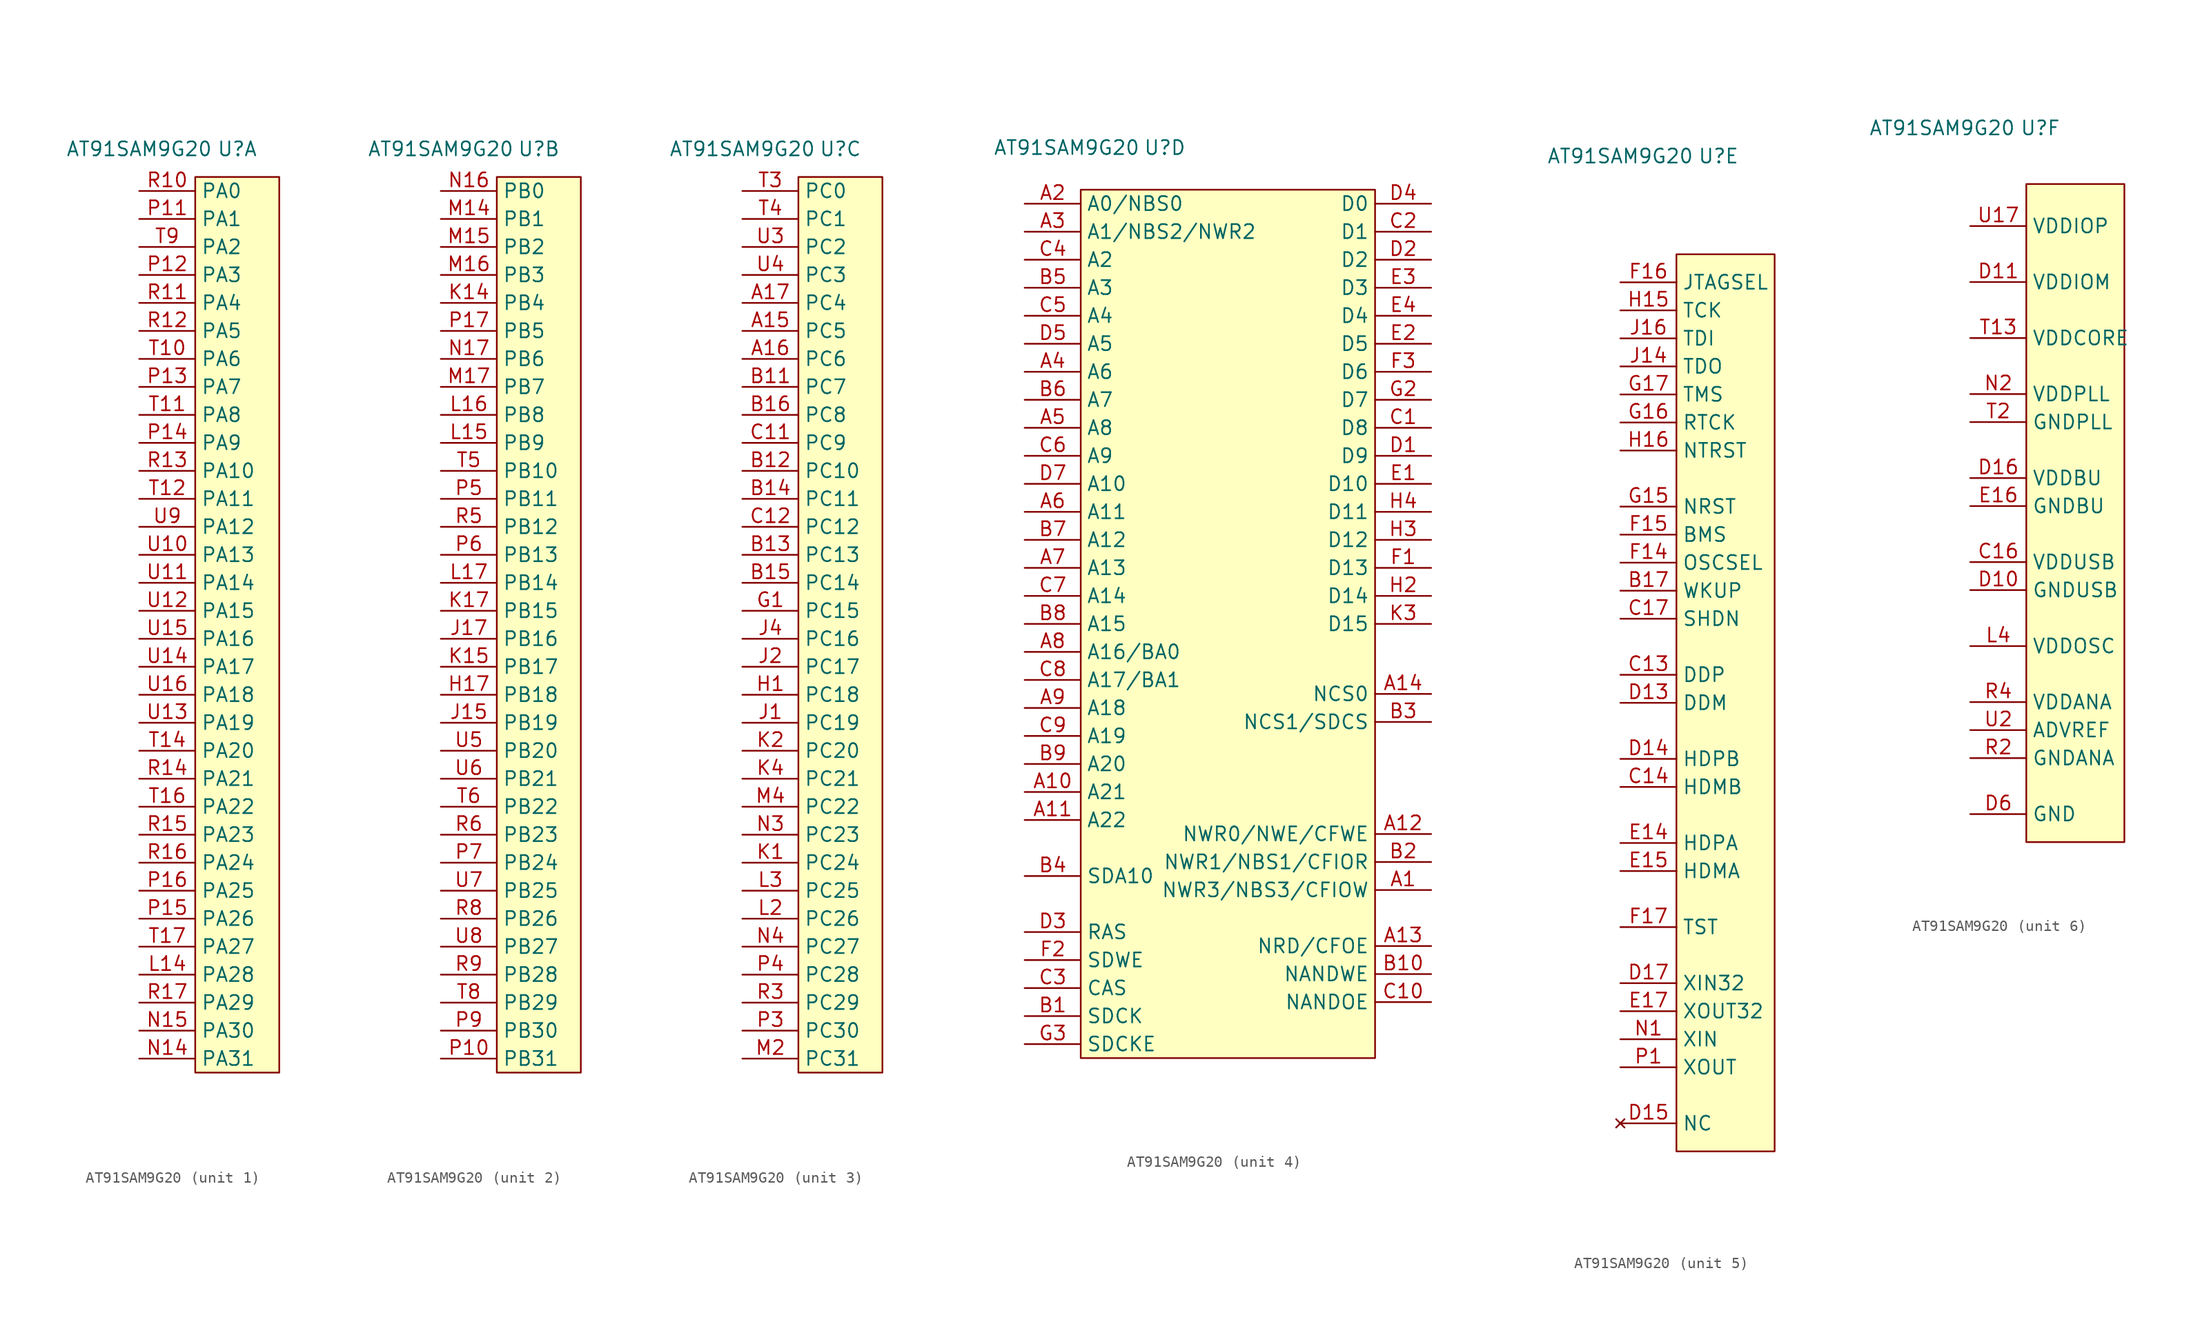
<source format=kicad_sym>
(kicad_symbol_lib
  (version 20211014)
  (generator kicad_symbol_editor)
  (symbol "AT91SAM9G20"
    (property "Reference" "U"
      (at 0 43.18 0)
      (effects (font (size 1.27 1.27))))
    (property "Value" "AT91SAM9G20"
      (at -8.89 43.18 0)
      (effects (font (size 1.27 1.27))))
    (property "ki_locked" ""
      (at 0 0 0)
      (effects (font (size 1.27 1.27))))
    (symbol "AT91SAM9G20_1_0"
      (pin passive line (at -8.89 -31.75 0) (length 5.08) (name "PA28" (effects (font (size 1.27 1.27)))) (number "L14" (effects (font (size 1.27 1.27)))))
      (pin passive line (at -8.89 -39.37 0) (length 5.08) (name "PA31" (effects (font (size 1.27 1.27)))) (number "N14" (effects (font (size 1.27 1.27)))))
      (pin passive line (at -8.89 -36.83 0) (length 5.08) (name "PA30" (effects (font (size 1.27 1.27)))) (number "N15" (effects (font (size 1.27 1.27)))))
      (pin passive line (at -8.89 36.83 0) (length 5.08) (name "PA1" (effects (font (size 1.27 1.27)))) (number "P11" (effects (font (size 1.27 1.27)))))
      (pin passive line (at -8.89 31.75 0) (length 5.08) (name "PA3" (effects (font (size 1.27 1.27)))) (number "P12" (effects (font (size 1.27 1.27)))))
      (pin passive line (at -8.89 21.59 0) (length 5.08) (name "PA7" (effects (font (size 1.27 1.27)))) (number "P13" (effects (font (size 1.27 1.27)))))
      (pin passive line (at -8.89 16.51 0) (length 5.08) (name "PA9" (effects (font (size 1.27 1.27)))) (number "P14" (effects (font (size 1.27 1.27)))))
      (pin passive line (at -8.89 -26.67 0) (length 5.08) (name "PA26" (effects (font (size 1.27 1.27)))) (number "P15" (effects (font (size 1.27 1.27)))))
      (pin passive line (at -8.89 -24.13 0) (length 5.08) (name "PA25" (effects (font (size 1.27 1.27)))) (number "P16" (effects (font (size 1.27 1.27)))))
      (pin passive line (at -8.89 39.37 0) (length 5.08) (name "PA0" (effects (font (size 1.27 1.27)))) (number "R10" (effects (font (size 1.27 1.27)))))
      (pin passive line (at -8.89 29.21 0) (length 5.08) (name "PA4" (effects (font (size 1.27 1.27)))) (number "R11" (effects (font (size 1.27 1.27)))))
      (pin passive line (at -8.89 26.67 0) (length 5.08) (name "PA5" (effects (font (size 1.27 1.27)))) (number "R12" (effects (font (size 1.27 1.27)))))
      (pin passive line (at -8.89 13.97 0) (length 5.08) (name "PA10" (effects (font (size 1.27 1.27)))) (number "R13" (effects (font (size 1.27 1.27)))))
      (pin passive line (at -8.89 -13.97 0) (length 5.08) (name "PA21" (effects (font (size 1.27 1.27)))) (number "R14" (effects (font (size 1.27 1.27)))))
      (pin passive line (at -8.89 -19.05 0) (length 5.08) (name "PA23" (effects (font (size 1.27 1.27)))) (number "R15" (effects (font (size 1.27 1.27)))))
      (pin passive line (at -8.89 -21.59 0) (length 5.08) (name "PA24" (effects (font (size 1.27 1.27)))) (number "R16" (effects (font (size 1.27 1.27)))))
      (pin passive line (at -8.89 -34.29 0) (length 5.08) (name "PA29" (effects (font (size 1.27 1.27)))) (number "R17" (effects (font (size 1.27 1.27)))))
      (pin passive line (at -8.89 24.13 0) (length 5.08) (name "PA6" (effects (font (size 1.27 1.27)))) (number "T10" (effects (font (size 1.27 1.27)))))
      (pin passive line (at -8.89 19.05 0) (length 5.08) (name "PA8" (effects (font (size 1.27 1.27)))) (number "T11" (effects (font (size 1.27 1.27)))))
      (pin passive line (at -8.89 11.43 0) (length 5.08) (name "PA11" (effects (font (size 1.27 1.27)))) (number "T12" (effects (font (size 1.27 1.27)))))
      (pin passive line (at -8.89 -11.43 0) (length 5.08) (name "PA20" (effects (font (size 1.27 1.27)))) (number "T14" (effects (font (size 1.27 1.27)))))
      (pin passive line (at -8.89 -16.51 0) (length 5.08) (name "PA22" (effects (font (size 1.27 1.27)))) (number "T16" (effects (font (size 1.27 1.27)))))
      (pin passive line (at -8.89 -29.21 0) (length 5.08) (name "PA27" (effects (font (size 1.27 1.27)))) (number "T17" (effects (font (size 1.27 1.27)))))
      (pin passive line (at -8.89 34.29 0) (length 5.08) (name "PA2" (effects (font (size 1.27 1.27)))) (number "T9" (effects (font (size 1.27 1.27)))))
      (pin passive line (at -8.89 6.35 0) (length 5.08) (name "PA13" (effects (font (size 1.27 1.27)))) (number "U10" (effects (font (size 1.27 1.27)))))
      (pin passive line (at -8.89 3.81 0) (length 5.08) (name "PA14" (effects (font (size 1.27 1.27)))) (number "U11" (effects (font (size 1.27 1.27)))))
      (pin passive line (at -8.89 1.27 0) (length 5.08) (name "PA15" (effects (font (size 1.27 1.27)))) (number "U12" (effects (font (size 1.27 1.27)))))
      (pin passive line (at -8.89 -8.89 0) (length 5.08) (name "PA19" (effects (font (size 1.27 1.27)))) (number "U13" (effects (font (size 1.27 1.27)))))
      (pin passive line (at -8.89 -3.81 0) (length 5.08) (name "PA17" (effects (font (size 1.27 1.27)))) (number "U14" (effects (font (size 1.27 1.27)))))
      (pin passive line (at -8.89 -1.27 0) (length 5.08) (name "PA16" (effects (font (size 1.27 1.27)))) (number "U15" (effects (font (size 1.27 1.27)))))
      (pin passive line (at -8.89 -6.35 0) (length 5.08) (name "PA18" (effects (font (size 1.27 1.27)))) (number "U16" (effects (font (size 1.27 1.27)))))
      (pin passive line (at -8.89 8.89 0) (length 5.08) (name "PA12" (effects (font (size 1.27 1.27)))) (number "U9" (effects (font (size 1.27 1.27))))))
    (symbol "AT91SAM9G20_1_1"
      (rectangle (start -3.81 40.64) (end 3.81 -40.64) (stroke (width 0.152) (type default) (color 0 0 0 0)) (fill (type background))))
    (symbol "AT91SAM9G20_2_0"
      (pin passive line (at -8.89 -6.35 0) (length 5.08) (name "PB18" (effects (font (size 1.27 1.27)))) (number "H17" (effects (font (size 1.27 1.27)))))
      (pin passive line (at -8.89 -8.89 0) (length 5.08) (name "PB19" (effects (font (size 1.27 1.27)))) (number "J15" (effects (font (size 1.27 1.27)))))
      (pin passive line (at -8.89 -1.27 0) (length 5.08) (name "PB16" (effects (font (size 1.27 1.27)))) (number "J17" (effects (font (size 1.27 1.27)))))
      (pin passive line (at -8.89 29.21 0) (length 5.08) (name "PB4" (effects (font (size 1.27 1.27)))) (number "K14" (effects (font (size 1.27 1.27)))))
      (pin passive line (at -8.89 -3.81 0) (length 5.08) (name "PB17" (effects (font (size 1.27 1.27)))) (number "K15" (effects (font (size 1.27 1.27)))))
      (pin passive line (at -8.89 1.27 0) (length 5.08) (name "PB15" (effects (font (size 1.27 1.27)))) (number "K17" (effects (font (size 1.27 1.27)))))
      (pin passive line (at -8.89 16.51 0) (length 5.08) (name "PB9" (effects (font (size 1.27 1.27)))) (number "L15" (effects (font (size 1.27 1.27)))))
      (pin passive line (at -8.89 19.05 0) (length 5.08) (name "PB8" (effects (font (size 1.27 1.27)))) (number "L16" (effects (font (size 1.27 1.27)))))
      (pin passive line (at -8.89 3.81 0) (length 5.08) (name "PB14" (effects (font (size 1.27 1.27)))) (number "L17" (effects (font (size 1.27 1.27)))))
      (pin passive line (at -8.89 36.83 0) (length 5.08) (name "PB1" (effects (font (size 1.27 1.27)))) (number "M14" (effects (font (size 1.27 1.27)))))
      (pin passive line (at -8.89 34.29 0) (length 5.08) (name "PB2" (effects (font (size 1.27 1.27)))) (number "M15" (effects (font (size 1.27 1.27)))))
      (pin passive line (at -8.89 31.75 0) (length 5.08) (name "PB3" (effects (font (size 1.27 1.27)))) (number "M16" (effects (font (size 1.27 1.27)))))
      (pin passive line (at -8.89 21.59 0) (length 5.08) (name "PB7" (effects (font (size 1.27 1.27)))) (number "M17" (effects (font (size 1.27 1.27)))))
      (pin passive line (at -8.89 39.37 0) (length 5.08) (name "PB0" (effects (font (size 1.27 1.27)))) (number "N16" (effects (font (size 1.27 1.27)))))
      (pin passive line (at -8.89 24.13 0) (length 5.08) (name "PB6" (effects (font (size 1.27 1.27)))) (number "N17" (effects (font (size 1.27 1.27)))))
      (pin passive line (at -8.89 -39.37 0) (length 5.08) (name "PB31" (effects (font (size 1.27 1.27)))) (number "P10" (effects (font (size 1.27 1.27)))))
      (pin passive line (at -8.89 26.67 0) (length 5.08) (name "PB5" (effects (font (size 1.27 1.27)))) (number "P17" (effects (font (size 1.27 1.27)))))
      (pin passive line (at -8.89 11.43 0) (length 5.08) (name "PB11" (effects (font (size 1.27 1.27)))) (number "P5" (effects (font (size 1.27 1.27)))))
      (pin passive line (at -8.89 6.35 0) (length 5.08) (name "PB13" (effects (font (size 1.27 1.27)))) (number "P6" (effects (font (size 1.27 1.27)))))
      (pin passive line (at -8.89 -21.59 0) (length 5.08) (name "PB24" (effects (font (size 1.27 1.27)))) (number "P7" (effects (font (size 1.27 1.27)))))
      (pin passive line (at -8.89 -36.83 0) (length 5.08) (name "PB30" (effects (font (size 1.27 1.27)))) (number "P9" (effects (font (size 1.27 1.27)))))
      (pin passive line (at -8.89 8.89 0) (length 5.08) (name "PB12" (effects (font (size 1.27 1.27)))) (number "R5" (effects (font (size 1.27 1.27)))))
      (pin passive line (at -8.89 -19.05 0) (length 5.08) (name "PB23" (effects (font (size 1.27 1.27)))) (number "R6" (effects (font (size 1.27 1.27)))))
      (pin passive line (at -8.89 -26.67 0) (length 5.08) (name "PB26" (effects (font (size 1.27 1.27)))) (number "R8" (effects (font (size 1.27 1.27)))))
      (pin passive line (at -8.89 -31.75 0) (length 5.08) (name "PB28" (effects (font (size 1.27 1.27)))) (number "R9" (effects (font (size 1.27 1.27)))))
      (pin passive line (at -8.89 13.97 0) (length 5.08) (name "PB10" (effects (font (size 1.27 1.27)))) (number "T5" (effects (font (size 1.27 1.27)))))
      (pin passive line (at -8.89 -16.51 0) (length 5.08) (name "PB22" (effects (font (size 1.27 1.27)))) (number "T6" (effects (font (size 1.27 1.27)))))
      (pin passive line (at -8.89 -34.29 0) (length 5.08) (name "PB29" (effects (font (size 1.27 1.27)))) (number "T8" (effects (font (size 1.27 1.27)))))
      (pin passive line (at -8.89 -11.43 0) (length 5.08) (name "PB20" (effects (font (size 1.27 1.27)))) (number "U5" (effects (font (size 1.27 1.27)))))
      (pin passive line (at -8.89 -13.97 0) (length 5.08) (name "PB21" (effects (font (size 1.27 1.27)))) (number "U6" (effects (font (size 1.27 1.27)))))
      (pin passive line (at -8.89 -24.13 0) (length 5.08) (name "PB25" (effects (font (size 1.27 1.27)))) (number "U7" (effects (font (size 1.27 1.27)))))
      (pin passive line (at -8.89 -29.21 0) (length 5.08) (name "PB27" (effects (font (size 1.27 1.27)))) (number "U8" (effects (font (size 1.27 1.27))))))
    (symbol "AT91SAM9G20_2_1"
      (rectangle (start -3.81 40.64) (end 3.81 -40.64) (stroke (width 0.152) (type default) (color 0 0 0 0)) (fill (type background))))
    (symbol "AT91SAM9G20_3_0"
      (pin passive line (at -8.89 26.67 0) (length 5.08) (name "PC5" (effects (font (size 1.27 1.27)))) (number "A15" (effects (font (size 1.27 1.27)))))
      (pin passive line (at -8.89 24.13 0) (length 5.08) (name "PC6" (effects (font (size 1.27 1.27)))) (number "A16" (effects (font (size 1.27 1.27)))))
      (pin passive line (at -8.89 29.21 0) (length 5.08) (name "PC4" (effects (font (size 1.27 1.27)))) (number "A17" (effects (font (size 1.27 1.27)))))
      (pin passive line (at -8.89 21.59 0) (length 5.08) (name "PC7" (effects (font (size 1.27 1.27)))) (number "B11" (effects (font (size 1.27 1.27)))))
      (pin passive line (at -8.89 13.97 0) (length 5.08) (name "PC10" (effects (font (size 1.27 1.27)))) (number "B12" (effects (font (size 1.27 1.27)))))
      (pin passive line (at -8.89 6.35 0) (length 5.08) (name "PC13" (effects (font (size 1.27 1.27)))) (number "B13" (effects (font (size 1.27 1.27)))))
      (pin passive line (at -8.89 11.43 0) (length 5.08) (name "PC11" (effects (font (size 1.27 1.27)))) (number "B14" (effects (font (size 1.27 1.27)))))
      (pin passive line (at -8.89 3.81 0) (length 5.08) (name "PC14" (effects (font (size 1.27 1.27)))) (number "B15" (effects (font (size 1.27 1.27)))))
      (pin passive line (at -8.89 19.05 0) (length 5.08) (name "PC8" (effects (font (size 1.27 1.27)))) (number "B16" (effects (font (size 1.27 1.27)))))
      (pin passive line (at -8.89 16.51 0) (length 5.08) (name "PC9" (effects (font (size 1.27 1.27)))) (number "C11" (effects (font (size 1.27 1.27)))))
      (pin passive line (at -8.89 8.89 0) (length 5.08) (name "PC12" (effects (font (size 1.27 1.27)))) (number "C12" (effects (font (size 1.27 1.27)))))
      (pin passive line (at -8.89 1.27 0) (length 5.08) (name "PC15" (effects (font (size 1.27 1.27)))) (number "G1" (effects (font (size 1.27 1.27)))))
      (pin passive line (at -8.89 -6.35 0) (length 5.08) (name "PC18" (effects (font (size 1.27 1.27)))) (number "H1" (effects (font (size 1.27 1.27)))))
      (pin passive line (at -8.89 -8.89 0) (length 5.08) (name "PC19" (effects (font (size 1.27 1.27)))) (number "J1" (effects (font (size 1.27 1.27)))))
      (pin passive line (at -8.89 -3.81 0) (length 5.08) (name "PC17" (effects (font (size 1.27 1.27)))) (number "J2" (effects (font (size 1.27 1.27)))))
      (pin passive line (at -8.89 -1.27 0) (length 5.08) (name "PC16" (effects (font (size 1.27 1.27)))) (number "J4" (effects (font (size 1.27 1.27)))))
      (pin passive line (at -8.89 -21.59 0) (length 5.08) (name "PC24" (effects (font (size 1.27 1.27)))) (number "K1" (effects (font (size 1.27 1.27)))))
      (pin passive line (at -8.89 -11.43 0) (length 5.08) (name "PC20" (effects (font (size 1.27 1.27)))) (number "K2" (effects (font (size 1.27 1.27)))))
      (pin passive line (at -8.89 -13.97 0) (length 5.08) (name "PC21" (effects (font (size 1.27 1.27)))) (number "K4" (effects (font (size 1.27 1.27)))))
      (pin passive line (at -8.89 -26.67 0) (length 5.08) (name "PC26" (effects (font (size 1.27 1.27)))) (number "L2" (effects (font (size 1.27 1.27)))))
      (pin passive line (at -8.89 -24.13 0) (length 5.08) (name "PC25" (effects (font (size 1.27 1.27)))) (number "L3" (effects (font (size 1.27 1.27)))))
      (pin passive line (at -8.89 -39.37 0) (length 5.08) (name "PC31" (effects (font (size 1.27 1.27)))) (number "M2" (effects (font (size 1.27 1.27)))))
      (pin passive line (at -8.89 -16.51 0) (length 5.08) (name "PC22" (effects (font (size 1.27 1.27)))) (number "M4" (effects (font (size 1.27 1.27)))))
      (pin passive line (at -8.89 -19.05 0) (length 5.08) (name "PC23" (effects (font (size 1.27 1.27)))) (number "N3" (effects (font (size 1.27 1.27)))))
      (pin passive line (at -8.89 -29.21 0) (length 5.08) (name "PC27" (effects (font (size 1.27 1.27)))) (number "N4" (effects (font (size 1.27 1.27)))))
      (pin passive line (at -8.89 -36.83 0) (length 5.08) (name "PC30" (effects (font (size 1.27 1.27)))) (number "P3" (effects (font (size 1.27 1.27)))))
      (pin passive line (at -8.89 -31.75 0) (length 5.08) (name "PC28" (effects (font (size 1.27 1.27)))) (number "P4" (effects (font (size 1.27 1.27)))))
      (pin passive line (at -8.89 -34.29 0) (length 5.08) (name "PC29" (effects (font (size 1.27 1.27)))) (number "R3" (effects (font (size 1.27 1.27)))))
      (pin passive line (at -8.89 39.37 0) (length 5.08) (name "PC0" (effects (font (size 1.27 1.27)))) (number "T3" (effects (font (size 1.27 1.27)))))
      (pin passive line (at -8.89 36.83 0) (length 5.08) (name "PC1" (effects (font (size 1.27 1.27)))) (number "T4" (effects (font (size 1.27 1.27)))))
      (pin passive line (at -8.89 34.29 0) (length 5.08) (name "PC2" (effects (font (size 1.27 1.27)))) (number "U3" (effects (font (size 1.27 1.27)))))
      (pin passive line (at -8.89 31.75 0) (length 5.08) (name "PC3" (effects (font (size 1.27 1.27)))) (number "U4" (effects (font (size 1.27 1.27))))))
    (symbol "AT91SAM9G20_3_1"
      (rectangle (start -3.81 40.64) (end 3.81 -40.64) (stroke (width 0.152) (type default) (color 0 0 0 0)) (fill (type background))))
    (symbol "AT91SAM9G20_4_0"
      (pin passive line (at 24.13 -24.13 180) (length 5.08) (name "NWR3/NBS3/CFIOW" (effects (font (size 1.27 1.27)))) (number "A1" (effects (font (size 1.27 1.27)))))
      (pin passive line (at -12.7 -15.24 0) (length 5.08) (name "A21" (effects (font (size 1.27 1.27)))) (number "A10" (effects (font (size 1.27 1.27)))))
      (pin passive line (at -12.7 -17.78 0) (length 5.08) (name "A22" (effects (font (size 1.27 1.27)))) (number "A11" (effects (font (size 1.27 1.27)))))
      (pin passive line (at 24.13 -19.05 180) (length 5.08) (name "NWR0/NWE/CFWE" (effects (font (size 1.27 1.27)))) (number "A12" (effects (font (size 1.27 1.27)))))
      (pin passive line (at 24.13 -29.21 180) (length 5.08) (name "NRD/CFOE" (effects (font (size 1.27 1.27)))) (number "A13" (effects (font (size 1.27 1.27)))))
      (pin passive line (at 24.13 -6.35 180) (length 5.08) (name "NCS0" (effects (font (size 1.27 1.27)))) (number "A14" (effects (font (size 1.27 1.27)))))
      (pin passive line (at -12.7 38.1 0) (length 5.08) (name "A0/NBS0" (effects (font (size 1.27 1.27)))) (number "A2" (effects (font (size 1.27 1.27)))))
      (pin passive line (at -12.7 35.56 0) (length 5.08) (name "A1/NBS2/NWR2" (effects (font (size 1.27 1.27)))) (number "A3" (effects (font (size 1.27 1.27)))))
      (pin passive line (at -12.7 22.86 0) (length 5.08) (name "A6" (effects (font (size 1.27 1.27)))) (number "A4" (effects (font (size 1.27 1.27)))))
      (pin passive line (at -12.7 17.78 0) (length 5.08) (name "A8" (effects (font (size 1.27 1.27)))) (number "A5" (effects (font (size 1.27 1.27)))))
      (pin passive line (at -12.7 10.16 0) (length 5.08) (name "A11" (effects (font (size 1.27 1.27)))) (number "A6" (effects (font (size 1.27 1.27)))))
      (pin passive line (at -12.7 5.08 0) (length 5.08) (name "A13" (effects (font (size 1.27 1.27)))) (number "A7" (effects (font (size 1.27 1.27)))))
      (pin passive line (at -12.7 -2.54 0) (length 5.08) (name "A16/BA0" (effects (font (size 1.27 1.27)))) (number "A8" (effects (font (size 1.27 1.27)))))
      (pin passive line (at -12.7 -7.62 0) (length 5.08) (name "A18" (effects (font (size 1.27 1.27)))) (number "A9" (effects (font (size 1.27 1.27)))))
      (pin passive line (at -12.7 -35.56 0) (length 5.08) (name "SDCK" (effects (font (size 1.27 1.27)))) (number "B1" (effects (font (size 1.27 1.27)))))
      (pin passive line (at 24.13 -31.75 180) (length 5.08) (name "NANDWE" (effects (font (size 1.27 1.27)))) (number "B10" (effects (font (size 1.27 1.27)))))
      (pin passive line (at 24.13 -21.59 180) (length 5.08) (name "NWR1/NBS1/CFIOR" (effects (font (size 1.27 1.27)))) (number "B2" (effects (font (size 1.27 1.27)))))
      (pin passive line (at 24.13 -8.89 180) (length 5.08) (name "NCS1/SDCS" (effects (font (size 1.27 1.27)))) (number "B3" (effects (font (size 1.27 1.27)))))
      (pin passive line (at -12.7 -22.86 0) (length 5.08) (name "SDA10" (effects (font (size 1.27 1.27)))) (number "B4" (effects (font (size 1.27 1.27)))))
      (pin passive line (at -12.7 30.48 0) (length 5.08) (name "A3" (effects (font (size 1.27 1.27)))) (number "B5" (effects (font (size 1.27 1.27)))))
      (pin passive line (at -12.7 20.32 0) (length 5.08) (name "A7" (effects (font (size 1.27 1.27)))) (number "B6" (effects (font (size 1.27 1.27)))))
      (pin passive line (at -12.7 7.62 0) (length 5.08) (name "A12" (effects (font (size 1.27 1.27)))) (number "B7" (effects (font (size 1.27 1.27)))))
      (pin passive line (at -12.7 0 0) (length 5.08) (name "A15" (effects (font (size 1.27 1.27)))) (number "B8" (effects (font (size 1.27 1.27)))))
      (pin passive line (at -12.7 -12.7 0) (length 5.08) (name "A20" (effects (font (size 1.27 1.27)))) (number "B9" (effects (font (size 1.27 1.27)))))
      (pin passive line (at 24.13 17.78 180) (length 5.08) (name "D8" (effects (font (size 1.27 1.27)))) (number "C1" (effects (font (size 1.27 1.27)))))
      (pin passive line (at 24.13 -34.29 180) (length 5.08) (name "NANDOE" (effects (font (size 1.27 1.27)))) (number "C10" (effects (font (size 1.27 1.27)))))
      (pin passive line (at 24.13 35.56 180) (length 5.08) (name "D1" (effects (font (size 1.27 1.27)))) (number "C2" (effects (font (size 1.27 1.27)))))
      (pin passive line (at -12.7 -33.02 0) (length 5.08) (name "CAS" (effects (font (size 1.27 1.27)))) (number "C3" (effects (font (size 1.27 1.27)))))
      (pin passive line (at -12.7 33.02 0) (length 5.08) (name "A2" (effects (font (size 1.27 1.27)))) (number "C4" (effects (font (size 1.27 1.27)))))
      (pin passive line (at -12.7 27.94 0) (length 5.08) (name "A4" (effects (font (size 1.27 1.27)))) (number "C5" (effects (font (size 1.27 1.27)))))
      (pin passive line (at -12.7 15.24 0) (length 5.08) (name "A9" (effects (font (size 1.27 1.27)))) (number "C6" (effects (font (size 1.27 1.27)))))
      (pin passive line (at -12.7 2.54 0) (length 5.08) (name "A14" (effects (font (size 1.27 1.27)))) (number "C7" (effects (font (size 1.27 1.27)))))
      (pin passive line (at -12.7 -5.08 0) (length 5.08) (name "A17/BA1" (effects (font (size 1.27 1.27)))) (number "C8" (effects (font (size 1.27 1.27)))))
      (pin passive line (at -12.7 -10.16 0) (length 5.08) (name "A19" (effects (font (size 1.27 1.27)))) (number "C9" (effects (font (size 1.27 1.27)))))
      (pin passive line (at 24.13 15.24 180) (length 5.08) (name "D9" (effects (font (size 1.27 1.27)))) (number "D1" (effects (font (size 1.27 1.27)))))
      (pin passive line (at 24.13 33.02 180) (length 5.08) (name "D2" (effects (font (size 1.27 1.27)))) (number "D2" (effects (font (size 1.27 1.27)))))
      (pin passive line (at -12.7 -27.94 0) (length 5.08) (name "RAS" (effects (font (size 1.27 1.27)))) (number "D3" (effects (font (size 1.27 1.27)))))
      (pin passive line (at 24.13 38.1 180) (length 5.08) (name "D0" (effects (font (size 1.27 1.27)))) (number "D4" (effects (font (size 1.27 1.27)))))
      (pin passive line (at -12.7 25.4 0) (length 5.08) (name "A5" (effects (font (size 1.27 1.27)))) (number "D5" (effects (font (size 1.27 1.27)))))
      (pin passive line (at -12.7 12.7 0) (length 5.08) (name "A10" (effects (font (size 1.27 1.27)))) (number "D7" (effects (font (size 1.27 1.27)))))
      (pin passive line (at 24.13 12.7 180) (length 5.08) (name "D10" (effects (font (size 1.27 1.27)))) (number "E1" (effects (font (size 1.27 1.27)))))
      (pin passive line (at 24.13 25.4 180) (length 5.08) (name "D5" (effects (font (size 1.27 1.27)))) (number "E2" (effects (font (size 1.27 1.27)))))
      (pin passive line (at 24.13 30.48 180) (length 5.08) (name "D3" (effects (font (size 1.27 1.27)))) (number "E3" (effects (font (size 1.27 1.27)))))
      (pin passive line (at 24.13 27.94 180) (length 5.08) (name "D4" (effects (font (size 1.27 1.27)))) (number "E4" (effects (font (size 1.27 1.27)))))
      (pin passive line (at 24.13 5.08 180) (length 5.08) (name "D13" (effects (font (size 1.27 1.27)))) (number "F1" (effects (font (size 1.27 1.27)))))
      (pin passive line (at -12.7 -30.48 0) (length 5.08) (name "SDWE" (effects (font (size 1.27 1.27)))) (number "F2" (effects (font (size 1.27 1.27)))))
      (pin passive line (at 24.13 22.86 180) (length 5.08) (name "D6" (effects (font (size 1.27 1.27)))) (number "F3" (effects (font (size 1.27 1.27)))))
      (pin passive line (at 24.13 20.32 180) (length 5.08) (name "D7" (effects (font (size 1.27 1.27)))) (number "G2" (effects (font (size 1.27 1.27)))))
      (pin passive line (at -12.7 -38.1 0) (length 5.08) (name "SDCKE" (effects (font (size 1.27 1.27)))) (number "G3" (effects (font (size 1.27 1.27)))))
      (pin passive line (at 24.13 2.54 180) (length 5.08) (name "D14" (effects (font (size 1.27 1.27)))) (number "H2" (effects (font (size 1.27 1.27)))))
      (pin passive line (at 24.13 7.62 180) (length 5.08) (name "D12" (effects (font (size 1.27 1.27)))) (number "H3" (effects (font (size 1.27 1.27)))))
      (pin passive line (at 24.13 10.16 180) (length 5.08) (name "D11" (effects (font (size 1.27 1.27)))) (number "H4" (effects (font (size 1.27 1.27)))))
      (pin passive line (at 24.13 0 180) (length 5.08) (name "D15" (effects (font (size 1.27 1.27)))) (number "K3" (effects (font (size 1.27 1.27))))))
    (symbol "AT91SAM9G20_4_1"
      (rectangle (start -7.62 39.37) (end 19.05 -39.37) (stroke (width 0.152) (type default) (color 0 0 0 0)) (fill (type background))))
    (symbol "AT91SAM9G20_5_0"
      (pin passive line (at -8.89 3.81 0) (length 5.08) (name "WKUP" (effects (font (size 1.27 1.27)))) (number "B17" (effects (font (size 1.27 1.27)))))
      (pin passive line (at -8.89 -3.81 0) (length 5.08) (name "DDP" (effects (font (size 1.27 1.27)))) (number "C13" (effects (font (size 1.27 1.27)))))
      (pin passive line (at -8.89 -13.97 0) (length 5.08) (name "HDMB" (effects (font (size 1.27 1.27)))) (number "C14" (effects (font (size 1.27 1.27)))))
      (pin no_connect line (at -8.89 -44.45 0) (length 5.08) hide (name "NC" (effects (font (size 1.27 1.27)))) (number "C15" (effects (font (size 1.27 1.27)))))
      (pin passive line (at -8.89 1.27 0) (length 5.08) (name "SHDN" (effects (font (size 1.27 1.27)))) (number "C17" (effects (font (size 1.27 1.27)))))
      (pin passive line (at -8.89 -6.35 0) (length 5.08) (name "DDM" (effects (font (size 1.27 1.27)))) (number "D13" (effects (font (size 1.27 1.27)))))
      (pin passive line (at -8.89 -11.43 0) (length 5.08) (name "HDPB" (effects (font (size 1.27 1.27)))) (number "D14" (effects (font (size 1.27 1.27)))))
      (pin no_connect line (at -8.89 -44.45 0) (length 5.08) (name "NC" (effects (font (size 1.27 1.27)))) (number "D15" (effects (font (size 1.27 1.27)))))
      (pin passive line (at -8.89 -31.75 0) (length 5.08) (name "XIN32" (effects (font (size 1.27 1.27)))) (number "D17" (effects (font (size 1.27 1.27)))))
      (pin passive line (at -8.89 -19.05 0) (length 5.08) (name "HDPA" (effects (font (size 1.27 1.27)))) (number "E14" (effects (font (size 1.27 1.27)))))
      (pin passive line (at -8.89 -21.59 0) (length 5.08) (name "HDMA" (effects (font (size 1.27 1.27)))) (number "E15" (effects (font (size 1.27 1.27)))))
      (pin passive line (at -8.89 -34.29 0) (length 5.08) (name "XOUT32" (effects (font (size 1.27 1.27)))) (number "E17" (effects (font (size 1.27 1.27)))))
      (pin passive line (at -8.89 6.35 0) (length 5.08) (name "OSCSEL" (effects (font (size 1.27 1.27)))) (number "F14" (effects (font (size 1.27 1.27)))))
      (pin passive line (at -8.89 8.89 0) (length 5.08) (name "BMS" (effects (font (size 1.27 1.27)))) (number "F15" (effects (font (size 1.27 1.27)))))
      (pin passive line (at -8.89 31.75 0) (length 5.08) (name "JTAGSEL" (effects (font (size 1.27 1.27)))) (number "F16" (effects (font (size 1.27 1.27)))))
      (pin passive line (at -8.89 -26.67 0) (length 5.08) (name "TST" (effects (font (size 1.27 1.27)))) (number "F17" (effects (font (size 1.27 1.27)))))
      (pin passive line (at -8.89 11.43 0) (length 5.08) (name "NRST" (effects (font (size 1.27 1.27)))) (number "G15" (effects (font (size 1.27 1.27)))))
      (pin passive line (at -8.89 19.05 0) (length 5.08) (name "RTCK" (effects (font (size 1.27 1.27)))) (number "G16" (effects (font (size 1.27 1.27)))))
      (pin passive line (at -8.89 21.59 0) (length 5.08) (name "TMS" (effects (font (size 1.27 1.27)))) (number "G17" (effects (font (size 1.27 1.27)))))
      (pin passive line (at -8.89 29.21 0) (length 5.08) (name "TCK" (effects (font (size 1.27 1.27)))) (number "H15" (effects (font (size 1.27 1.27)))))
      (pin passive line (at -8.89 16.51 0) (length 5.08) (name "NTRST" (effects (font (size 1.27 1.27)))) (number "H16" (effects (font (size 1.27 1.27)))))
      (pin passive line (at -8.89 24.13 0) (length 5.08) (name "TDO" (effects (font (size 1.27 1.27)))) (number "J14" (effects (font (size 1.27 1.27)))))
      (pin passive line (at -8.89 26.67 0) (length 5.08) (name "TDI" (effects (font (size 1.27 1.27)))) (number "J16" (effects (font (size 1.27 1.27)))))
      (pin passive line (at -8.89 -36.83 0) (length 5.08) (name "XIN" (effects (font (size 1.27 1.27)))) (number "N1" (effects (font (size 1.27 1.27)))))
      (pin passive line (at -8.89 -39.37 0) (length 5.08) (name "XOUT" (effects (font (size 1.27 1.27)))) (number "P1" (effects (font (size 1.27 1.27)))))
      (pin no_connect line (at -8.89 -44.45 0) (length 5.08) hide (name "NC" (effects (font (size 1.27 1.27)))) (number "R1" (effects (font (size 1.27 1.27)))))
      (pin no_connect line (at -8.89 -44.45 0) (length 5.08) hide (name "NC" (effects (font (size 1.27 1.27)))) (number "T1" (effects (font (size 1.27 1.27))))))
    (symbol "AT91SAM9G20_5_1"
      (rectangle (start -3.81 34.29) (end 5.08 -46.99) (stroke (width 0.152) (type default) (color 0 0 0 0)) (fill (type background))))
    (symbol "AT91SAM9G20_6_0"
      (pin passive line (at -6.35 3.81 0) (length 5.08) (name "VDDUSB" (effects (font (size 1.27 1.27)))) (number "C16" (effects (font (size 1.27 1.27)))))
      (pin passive line (at -6.35 1.27 0) (length 5.08) (name "GNDUSB" (effects (font (size 1.27 1.27)))) (number "D10" (effects (font (size 1.27 1.27)))))
      (pin power_in line (at -6.35 29.21 0) (length 5.08) (name "VDDIOM" (effects (font (size 1.27 1.27)))) (number "D11" (effects (font (size 1.27 1.27)))))
      (pin passive line (at -6.35 1.27 0) (length 5.08) hide (name "GNDUSB" (effects (font (size 1.27 1.27)))) (number "D12" (effects (font (size 1.27 1.27)))))
      (pin power_in line (at -6.35 11.43 0) (length 5.08) (name "VDDBU" (effects (font (size 1.27 1.27)))) (number "D16" (effects (font (size 1.27 1.27)))))
      (pin passive line (at -6.35 -19.05 0) (length 5.08) (name "GND" (effects (font (size 1.27 1.27)))) (number "D6" (effects (font (size 1.27 1.27)))))
      (pin passive line (at -6.35 -19.05 0) (length 5.08) hide (name "GND" (effects (font (size 1.27 1.27)))) (number "D8" (effects (font (size 1.27 1.27)))))
      (pin power_in line (at -6.35 24.13 0) (length 5.08) hide (name "VDDCORE" (effects (font (size 1.27 1.27)))) (number "D9" (effects (font (size 1.27 1.27)))))
      (pin passive line (at -6.35 8.89 0) (length 5.08) (name "GNDBU" (effects (font (size 1.27 1.27)))) (number "E16" (effects (font (size 1.27 1.27)))))
      (pin passive line (at -6.35 -19.05 0) (length 5.08) hide (name "GND" (effects (font (size 1.27 1.27)))) (number "F4" (effects (font (size 1.27 1.27)))))
      (pin passive line (at -6.35 -19.05 0) (length 5.08) hide (name "GND" (effects (font (size 1.27 1.27)))) (number "G14" (effects (font (size 1.27 1.27)))))
      (pin power_in line (at -6.35 29.21 0) (length 5.08) hide (name "VDDIOM" (effects (font (size 1.27 1.27)))) (number "G4" (effects (font (size 1.27 1.27)))))
      (pin passive line (at -6.35 -19.05 0) (length 5.08) hide (name "GND" (effects (font (size 1.27 1.27)))) (number "H10" (effects (font (size 1.27 1.27)))))
      (pin power_in line (at -6.35 24.13 0) (length 5.08) hide (name "VDDCORE" (effects (font (size 1.27 1.27)))) (number "H14" (effects (font (size 1.27 1.27)))))
      (pin passive line (at -6.35 -19.05 0) (length 5.08) hide (name "GND" (effects (font (size 1.27 1.27)))) (number "H8" (effects (font (size 1.27 1.27)))))
      (pin passive line (at -6.35 -19.05 0) (length 5.08) hide (name "GND" (effects (font (size 1.27 1.27)))) (number "H9" (effects (font (size 1.27 1.27)))))
      (pin passive line (at -6.35 -19.05 0) (length 5.08) hide (name "GND" (effects (font (size 1.27 1.27)))) (number "J10" (effects (font (size 1.27 1.27)))))
      (pin power_in line (at -6.35 29.21 0) (length 5.08) hide (name "VDDIOM" (effects (font (size 1.27 1.27)))) (number "J3" (effects (font (size 1.27 1.27)))))
      (pin passive line (at -6.35 -19.05 0) (length 5.08) hide (name "GND" (effects (font (size 1.27 1.27)))) (number "J8" (effects (font (size 1.27 1.27)))))
      (pin passive line (at -6.35 -19.05 0) (length 5.08) hide (name "GND" (effects (font (size 1.27 1.27)))) (number "J9" (effects (font (size 1.27 1.27)))))
      (pin passive line (at -6.35 -19.05 0) (length 5.08) hide (name "GND" (effects (font (size 1.27 1.27)))) (number "K10" (effects (font (size 1.27 1.27)))))
      (pin passive line (at -6.35 -19.05 0) (length 5.08) hide (name "GND" (effects (font (size 1.27 1.27)))) (number "K16" (effects (font (size 1.27 1.27)))))
      (pin passive line (at -6.35 -19.05 0) (length 5.08) hide (name "GND" (effects (font (size 1.27 1.27)))) (number "K8" (effects (font (size 1.27 1.27)))))
      (pin passive line (at -6.35 -19.05 0) (length 5.08) hide (name "GND" (effects (font (size 1.27 1.27)))) (number "K9" (effects (font (size 1.27 1.27)))))
      (pin passive line (at -6.35 -19.05 0) (length 5.08) hide (name "GND" (effects (font (size 1.27 1.27)))) (number "L1" (effects (font (size 1.27 1.27)))))
      (pin passive line (at -6.35 -3.81 0) (length 5.08) (name "VDDOSC" (effects (font (size 1.27 1.27)))) (number "L4" (effects (font (size 1.27 1.27)))))
      (pin power_in line (at -6.35 24.13 0) (length 5.08) hide (name "VDDCORE" (effects (font (size 1.27 1.27)))) (number "M1" (effects (font (size 1.27 1.27)))))
      (pin passive line (at -6.35 -19.05 0) (length 5.08) hide (name "GND" (effects (font (size 1.27 1.27)))) (number "M3" (effects (font (size 1.27 1.27)))))
      (pin passive line (at -6.35 19.05 0) (length 5.08) (name "VDDPLL" (effects (font (size 1.27 1.27)))) (number "N2" (effects (font (size 1.27 1.27)))))
      (pin passive line (at -6.35 19.05 0) (length 5.08) hide (name "VDDPLL" (effects (font (size 1.27 1.27)))) (number "P2" (effects (font (size 1.27 1.27)))))
      (pin power_in line (at -6.35 34.29 0) (length 5.08) hide (name "VDDIOP" (effects (font (size 1.27 1.27)))) (number "P8" (effects (font (size 1.27 1.27)))))
      (pin passive line (at -6.35 -13.97 0) (length 5.08) (name "GNDANA" (effects (font (size 1.27 1.27)))) (number "R2" (effects (font (size 1.27 1.27)))))
      (pin passive line (at -6.35 -8.89 0) (length 5.08) (name "VDDANA" (effects (font (size 1.27 1.27)))) (number "R4" (effects (font (size 1.27 1.27)))))
      (pin passive line (at -6.35 -19.05 0) (length 5.08) hide (name "GND" (effects (font (size 1.27 1.27)))) (number "R7" (effects (font (size 1.27 1.27)))))
      (pin power_in line (at -6.35 24.13 0) (length 5.08) (name "VDDCORE" (effects (font (size 1.27 1.27)))) (number "T13" (effects (font (size 1.27 1.27)))))
      (pin passive line (at -6.35 -19.05 0) (length 5.08) hide (name "GND" (effects (font (size 1.27 1.27)))) (number "T15" (effects (font (size 1.27 1.27)))))
      (pin passive line (at -6.35 16.51 0) (length 5.08) (name "GNDPLL" (effects (font (size 1.27 1.27)))) (number "T2" (effects (font (size 1.27 1.27)))))
      (pin passive line (at -6.35 -19.05 0) (length 5.08) hide (name "GND" (effects (font (size 1.27 1.27)))) (number "T7" (effects (font (size 1.27 1.27)))))
      (pin passive line (at -6.35 16.51 0) (length 5.08) hide (name "GNDPLL" (effects (font (size 1.27 1.27)))) (number "U1" (effects (font (size 1.27 1.27)))))
      (pin power_in line (at -6.35 34.29 0) (length 5.08) (name "VDDIOP" (effects (font (size 1.27 1.27)))) (number "U17" (effects (font (size 1.27 1.27)))))
      (pin passive line (at -6.35 -11.43 0) (length 5.08) (name "ADVREF" (effects (font (size 1.27 1.27)))) (number "U2" (effects (font (size 1.27 1.27))))))
    (symbol "AT91SAM9G20_6_1"
      (rectangle (start -1.27 38.1) (end 7.62 -21.59) (stroke (width 0.152) (type default) (color 0 0 0 0)) (fill (type background))))))
</source>
